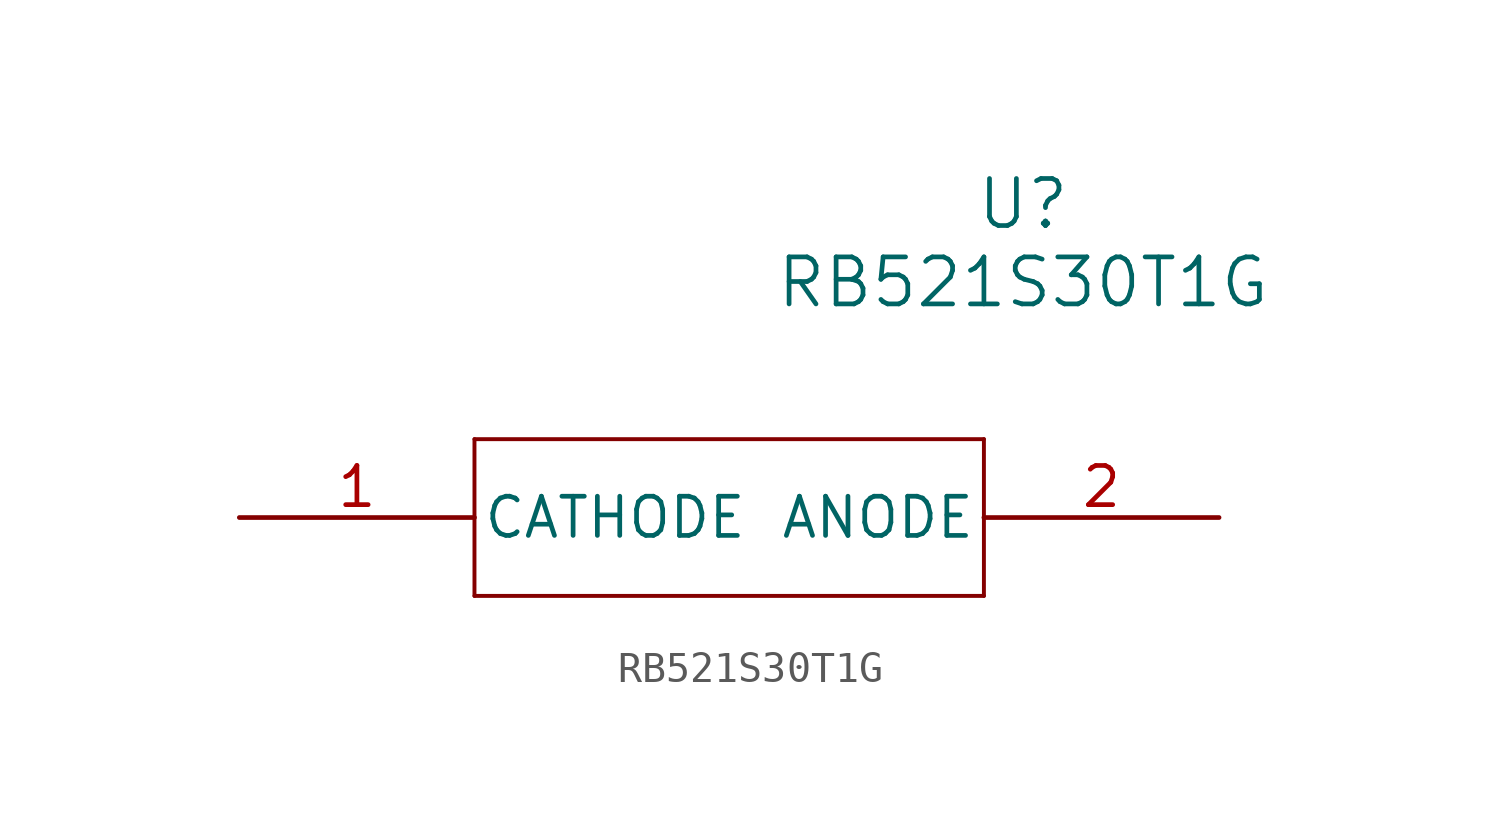
<source format=kicad_sym>
(kicad_symbol_lib
  (version 20211014)
  (generator kicad_symbol_editor)
  (symbol "RB521S30T1G"
    (pin_names
      (offset 0.254))
    (property "Reference" "U"
      (at 25.4 10.16 0)
      (effects (font (size 1.524 1.524))))
    (property "Value" "RB521S30T1G"
      (at 25.4 7.62 0)
      (effects (font (size 1.524 1.524))))
    (property "ki_locked" ""
      (at 0 0 0)
      (effects (font (size 1.27 1.27))))
    (symbol "RB521S30T1G_0_1"
      (polyline (pts (xy 7.62 -2.54) (xy 24.13 -2.54)) (stroke (width 0.127) (type default) (color 0 0 0 0)) (fill (type none)))
      (polyline (pts (xy 7.62 2.54) (xy 7.62 -2.54)) (stroke (width 0.127) (type default) (color 0 0 0 0)) (fill (type none)))
      (polyline (pts (xy 24.13 -2.54) (xy 24.13 2.54)) (stroke (width 0.127) (type default) (color 0 0 0 0)) (fill (type none)))
      (polyline (pts (xy 24.13 2.54) (xy 7.62 2.54)) (stroke (width 0.127) (type default) (color 0 0 0 0)) (fill (type none)))
      (pin unspecified line (at 0 0 0) (length 7.62) (name "CATHODE" (effects (font (size 1.27 1.27)))) (number "1" (effects (font (size 1.27 1.27)))))
      (pin unspecified line (at 31.75 0 180) (length 7.62) (name "ANODE" (effects (font (size 1.27 1.27)))) (number "2" (effects (font (size 1.27 1.27))))))))
</source>
